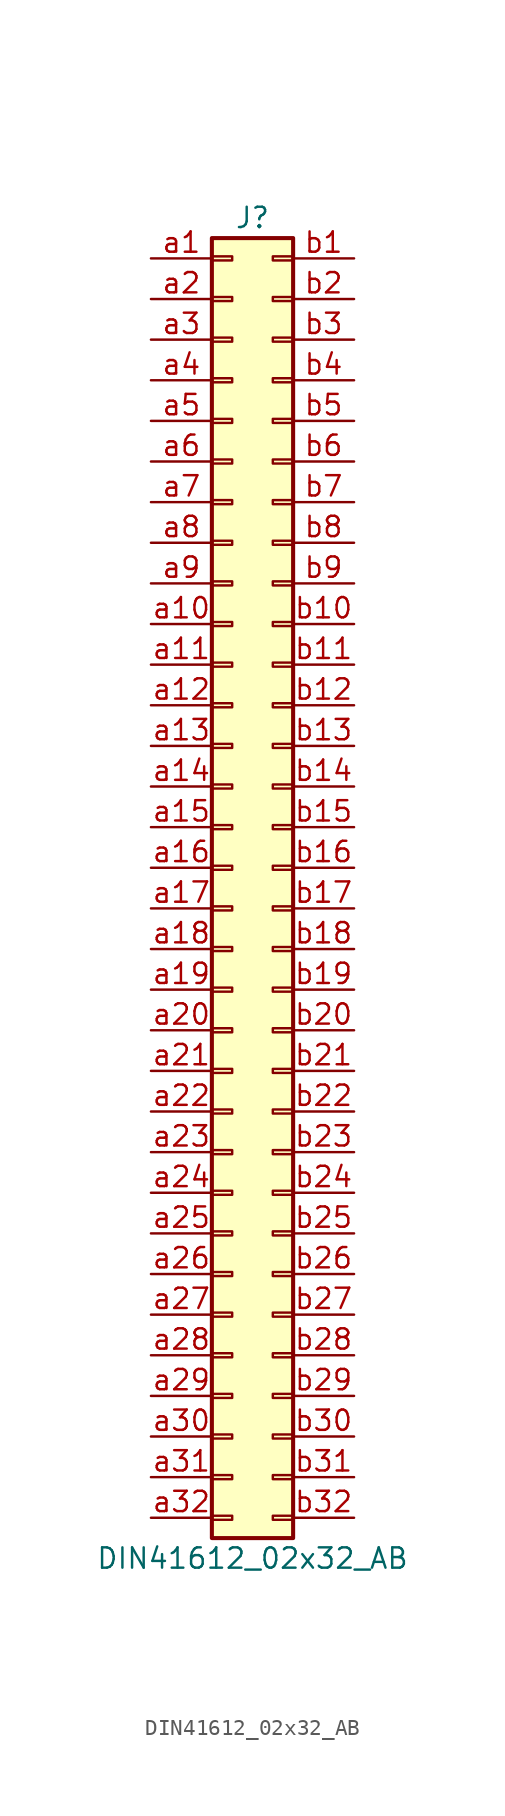
<source format=kicad_sym>
(kicad_symbol_lib
  (version 20201005)
  (generator kicad_symbol_editor)
  (symbol "Connector:DIN41612_02x32_AB"
    (pin_names
      (offset 1.016) hide)
    (property "Reference" "J"
      (at 1.27 40.64 0)
      (effects (font (size 1.27 1.27))))
    (property "Value" "DIN41612_02x32_AB"
      (at 1.27 -43.18 0)
      (effects (font (size 1.27 1.27))))
    (symbol "DIN41612_02x32_AB_1_1"
      (rectangle (start -1.27 -40.513) (end 0 -40.767) (stroke (width 0.152)) (fill (type none)))
      (rectangle (start -1.27 -37.973) (end 0 -38.227) (stroke (width 0.152)) (fill (type none)))
      (rectangle (start -1.27 -35.433) (end 0 -35.687) (stroke (width 0.152)) (fill (type none)))
      (rectangle (start -1.27 -32.893) (end 0 -33.147) (stroke (width 0.152)) (fill (type none)))
      (rectangle (start -1.27 -30.353) (end 0 -30.607) (stroke (width 0.152)) (fill (type none)))
      (rectangle (start -1.27 -27.813) (end 0 -28.067) (stroke (width 0.152)) (fill (type none)))
      (rectangle (start -1.27 -25.273) (end 0 -25.527) (stroke (width 0.152)) (fill (type none)))
      (rectangle (start -1.27 -22.733) (end 0 -22.987) (stroke (width 0.152)) (fill (type none)))
      (rectangle (start -1.27 -20.193) (end 0 -20.447) (stroke (width 0.152)) (fill (type none)))
      (rectangle (start -1.27 -17.653) (end 0 -17.907) (stroke (width 0.152)) (fill (type none)))
      (rectangle (start -1.27 -15.113) (end 0 -15.367) (stroke (width 0.152)) (fill (type none)))
      (rectangle (start -1.27 -12.573) (end 0 -12.827) (stroke (width 0.152)) (fill (type none)))
      (rectangle (start -1.27 -10.033) (end 0 -10.287) (stroke (width 0.152)) (fill (type none)))
      (rectangle (start -1.27 -7.493) (end 0 -7.747) (stroke (width 0.152)) (fill (type none)))
      (rectangle (start -1.27 -4.953) (end 0 -5.207) (stroke (width 0.152)) (fill (type none)))
      (rectangle (start -1.27 -2.413) (end 0 -2.667) (stroke (width 0.152)) (fill (type none)))
      (rectangle (start -1.27 0.127) (end 0 -0.127) (stroke (width 0.152)) (fill (type none)))
      (rectangle (start -1.27 2.667) (end 0 2.413) (stroke (width 0.152)) (fill (type none)))
      (rectangle (start -1.27 5.207) (end 0 4.953) (stroke (width 0.152)) (fill (type none)))
      (rectangle (start -1.27 7.747) (end 0 7.493) (stroke (width 0.152)) (fill (type none)))
      (rectangle (start -1.27 10.287) (end 0 10.033) (stroke (width 0.152)) (fill (type none)))
      (rectangle (start -1.27 12.827) (end 0 12.573) (stroke (width 0.152)) (fill (type none)))
      (rectangle (start -1.27 15.367) (end 0 15.113) (stroke (width 0.152)) (fill (type none)))
      (rectangle (start -1.27 17.907) (end 0 17.653) (stroke (width 0.152)) (fill (type none)))
      (rectangle (start -1.27 20.447) (end 0 20.193) (stroke (width 0.152)) (fill (type none)))
      (rectangle (start -1.27 22.987) (end 0 22.733) (stroke (width 0.152)) (fill (type none)))
      (rectangle (start -1.27 25.527) (end 0 25.273) (stroke (width 0.152)) (fill (type none)))
      (rectangle (start -1.27 28.067) (end 0 27.813) (stroke (width 0.152)) (fill (type none)))
      (rectangle (start -1.27 30.607) (end 0 30.353) (stroke (width 0.152)) (fill (type none)))
      (rectangle (start -1.27 33.147) (end 0 32.893) (stroke (width 0.152)) (fill (type none)))
      (rectangle (start -1.27 35.687) (end 0 35.433) (stroke (width 0.152)) (fill (type none)))
      (rectangle (start -1.27 38.227) (end 0 37.973) (stroke (width 0.152)) (fill (type none)))
      (rectangle (start 3.81 -40.513) (end 2.54 -40.767) (stroke (width 0.152)) (fill (type none)))
      (rectangle (start 3.81 -37.973) (end 2.54 -38.227) (stroke (width 0.152)) (fill (type none)))
      (rectangle (start 3.81 -35.433) (end 2.54 -35.687) (stroke (width 0.152)) (fill (type none)))
      (rectangle (start 3.81 -32.893) (end 2.54 -33.147) (stroke (width 0.152)) (fill (type none)))
      (rectangle (start 3.81 -30.353) (end 2.54 -30.607) (stroke (width 0.152)) (fill (type none)))
      (rectangle (start 3.81 -27.813) (end 2.54 -28.067) (stroke (width 0.152)) (fill (type none)))
      (rectangle (start 3.81 -25.273) (end 2.54 -25.527) (stroke (width 0.152)) (fill (type none)))
      (rectangle (start 3.81 -22.733) (end 2.54 -22.987) (stroke (width 0.152)) (fill (type none)))
      (rectangle (start 3.81 -20.193) (end 2.54 -20.447) (stroke (width 0.152)) (fill (type none)))
      (rectangle (start 3.81 -17.653) (end 2.54 -17.907) (stroke (width 0.152)) (fill (type none)))
      (rectangle (start 3.81 -15.113) (end 2.54 -15.367) (stroke (width 0.152)) (fill (type none)))
      (rectangle (start 3.81 -12.573) (end 2.54 -12.827) (stroke (width 0.152)) (fill (type none)))
      (rectangle (start 3.81 -10.033) (end 2.54 -10.287) (stroke (width 0.152)) (fill (type none)))
      (rectangle (start 3.81 -7.493) (end 2.54 -7.747) (stroke (width 0.152)) (fill (type none)))
      (rectangle (start 3.81 -4.953) (end 2.54 -5.207) (stroke (width 0.152)) (fill (type none)))
      (rectangle (start 3.81 -2.413) (end 2.54 -2.667) (stroke (width 0.152)) (fill (type none)))
      (rectangle (start 3.81 0.127) (end 2.54 -0.127) (stroke (width 0.152)) (fill (type none)))
      (rectangle (start 3.81 2.667) (end 2.54 2.413) (stroke (width 0.152)) (fill (type none)))
      (rectangle (start 3.81 5.207) (end 2.54 4.953) (stroke (width 0.152)) (fill (type none)))
      (rectangle (start 3.81 7.747) (end 2.54 7.493) (stroke (width 0.152)) (fill (type none)))
      (rectangle (start 3.81 10.287) (end 2.54 10.033) (stroke (width 0.152)) (fill (type none)))
      (rectangle (start 3.81 12.827) (end 2.54 12.573) (stroke (width 0.152)) (fill (type none)))
      (rectangle (start 3.81 15.367) (end 2.54 15.113) (stroke (width 0.152)) (fill (type none)))
      (rectangle (start 3.81 17.907) (end 2.54 17.653) (stroke (width 0.152)) (fill (type none)))
      (rectangle (start 3.81 20.447) (end 2.54 20.193) (stroke (width 0.152)) (fill (type none)))
      (rectangle (start 3.81 22.987) (end 2.54 22.733) (stroke (width 0.152)) (fill (type none)))
      (rectangle (start 3.81 25.527) (end 2.54 25.273) (stroke (width 0.152)) (fill (type none)))
      (rectangle (start 3.81 28.067) (end 2.54 27.813) (stroke (width 0.152)) (fill (type none)))
      (rectangle (start 3.81 30.607) (end 2.54 30.353) (stroke (width 0.152)) (fill (type none)))
      (rectangle (start 3.81 33.147) (end 2.54 32.893) (stroke (width 0.152)) (fill (type none)))
      (rectangle (start 3.81 35.687) (end 2.54 35.433) (stroke (width 0.152)) (fill (type none)))
      (rectangle (start 3.81 38.227) (end 2.54 37.973) (stroke (width 0.152)) (fill (type none)))
      (rectangle (start -1.27 39.37) (end 3.81 -41.91) (stroke (width 0.254)) (fill (type background)))
      (pin passive line (at -5.08 38.1 0) (length 3.81) (name "Pin_a1" (effects (font (size 1.27 1.27)))) (number "a1" (effects (font (size 1.27 1.27)))))
      (pin passive line (at -5.08 15.24 0) (length 3.81) (name "Pin_a10" (effects (font (size 1.27 1.27)))) (number "a10" (effects (font (size 1.27 1.27)))))
      (pin passive line (at -5.08 12.7 0) (length 3.81) (name "Pin_a11" (effects (font (size 1.27 1.27)))) (number "a11" (effects (font (size 1.27 1.27)))))
      (pin passive line (at -5.08 10.16 0) (length 3.81) (name "Pin_a12" (effects (font (size 1.27 1.27)))) (number "a12" (effects (font (size 1.27 1.27)))))
      (pin passive line (at -5.08 7.62 0) (length 3.81) (name "Pin_a13" (effects (font (size 1.27 1.27)))) (number "a13" (effects (font (size 1.27 1.27)))))
      (pin passive line (at -5.08 5.08 0) (length 3.81) (name "Pin_a14" (effects (font (size 1.27 1.27)))) (number "a14" (effects (font (size 1.27 1.27)))))
      (pin passive line (at -5.08 2.54 0) (length 3.81) (name "Pin_a15" (effects (font (size 1.27 1.27)))) (number "a15" (effects (font (size 1.27 1.27)))))
      (pin passive line (at -5.08 0 0) (length 3.81) (name "Pin_a16" (effects (font (size 1.27 1.27)))) (number "a16" (effects (font (size 1.27 1.27)))))
      (pin passive line (at -5.08 -2.54 0) (length 3.81) (name "Pin_a17" (effects (font (size 1.27 1.27)))) (number "a17" (effects (font (size 1.27 1.27)))))
      (pin passive line (at -5.08 -5.08 0) (length 3.81) (name "Pin_a18" (effects (font (size 1.27 1.27)))) (number "a18" (effects (font (size 1.27 1.27)))))
      (pin passive line (at -5.08 -7.62 0) (length 3.81) (name "Pin_a19" (effects (font (size 1.27 1.27)))) (number "a19" (effects (font (size 1.27 1.27)))))
      (pin passive line (at -5.08 35.56 0) (length 3.81) (name "Pin_a2" (effects (font (size 1.27 1.27)))) (number "a2" (effects (font (size 1.27 1.27)))))
      (pin passive line (at -5.08 -10.16 0) (length 3.81) (name "Pin_a20" (effects (font (size 1.27 1.27)))) (number "a20" (effects (font (size 1.27 1.27)))))
      (pin passive line (at -5.08 -12.7 0) (length 3.81) (name "Pin_a21" (effects (font (size 1.27 1.27)))) (number "a21" (effects (font (size 1.27 1.27)))))
      (pin passive line (at -5.08 -15.24 0) (length 3.81) (name "Pin_a22" (effects (font (size 1.27 1.27)))) (number "a22" (effects (font (size 1.27 1.27)))))
      (pin passive line (at -5.08 -17.78 0) (length 3.81) (name "Pin_a23" (effects (font (size 1.27 1.27)))) (number "a23" (effects (font (size 1.27 1.27)))))
      (pin passive line (at -5.08 -20.32 0) (length 3.81) (name "Pin_a24" (effects (font (size 1.27 1.27)))) (number "a24" (effects (font (size 1.27 1.27)))))
      (pin passive line (at -5.08 -22.86 0) (length 3.81) (name "Pin_a25" (effects (font (size 1.27 1.27)))) (number "a25" (effects (font (size 1.27 1.27)))))
      (pin passive line (at -5.08 -25.4 0) (length 3.81) (name "Pin_a26" (effects (font (size 1.27 1.27)))) (number "a26" (effects (font (size 1.27 1.27)))))
      (pin passive line (at -5.08 -27.94 0) (length 3.81) (name "Pin_a27" (effects (font (size 1.27 1.27)))) (number "a27" (effects (font (size 1.27 1.27)))))
      (pin passive line (at -5.08 -30.48 0) (length 3.81) (name "Pin_a28" (effects (font (size 1.27 1.27)))) (number "a28" (effects (font (size 1.27 1.27)))))
      (pin passive line (at -5.08 -33.02 0) (length 3.81) (name "Pin_a29" (effects (font (size 1.27 1.27)))) (number "a29" (effects (font (size 1.27 1.27)))))
      (pin passive line (at -5.08 33.02 0) (length 3.81) (name "Pin_a3" (effects (font (size 1.27 1.27)))) (number "a3" (effects (font (size 1.27 1.27)))))
      (pin passive line (at -5.08 -35.56 0) (length 3.81) (name "Pin_a30" (effects (font (size 1.27 1.27)))) (number "a30" (effects (font (size 1.27 1.27)))))
      (pin passive line (at -5.08 -38.1 0) (length 3.81) (name "Pin_a31" (effects (font (size 1.27 1.27)))) (number "a31" (effects (font (size 1.27 1.27)))))
      (pin passive line (at -5.08 -40.64 0) (length 3.81) (name "Pin_a32" (effects (font (size 1.27 1.27)))) (number "a32" (effects (font (size 1.27 1.27)))))
      (pin passive line (at -5.08 30.48 0) (length 3.81) (name "Pin_a4" (effects (font (size 1.27 1.27)))) (number "a4" (effects (font (size 1.27 1.27)))))
      (pin passive line (at -5.08 27.94 0) (length 3.81) (name "Pin_a5" (effects (font (size 1.27 1.27)))) (number "a5" (effects (font (size 1.27 1.27)))))
      (pin passive line (at -5.08 25.4 0) (length 3.81) (name "Pin_a6" (effects (font (size 1.27 1.27)))) (number "a6" (effects (font (size 1.27 1.27)))))
      (pin passive line (at -5.08 22.86 0) (length 3.81) (name "Pin_a7" (effects (font (size 1.27 1.27)))) (number "a7" (effects (font (size 1.27 1.27)))))
      (pin passive line (at -5.08 20.32 0) (length 3.81) (name "Pin_a8" (effects (font (size 1.27 1.27)))) (number "a8" (effects (font (size 1.27 1.27)))))
      (pin passive line (at -5.08 17.78 0) (length 3.81) (name "Pin_a9" (effects (font (size 1.27 1.27)))) (number "a9" (effects (font (size 1.27 1.27)))))
      (pin passive line (at 7.62 38.1 180) (length 3.81) (name "Pin_b1" (effects (font (size 1.27 1.27)))) (number "b1" (effects (font (size 1.27 1.27)))))
      (pin passive line (at 7.62 15.24 180) (length 3.81) (name "Pin_b10" (effects (font (size 1.27 1.27)))) (number "b10" (effects (font (size 1.27 1.27)))))
      (pin passive line (at 7.62 12.7 180) (length 3.81) (name "Pin_b11" (effects (font (size 1.27 1.27)))) (number "b11" (effects (font (size 1.27 1.27)))))
      (pin passive line (at 7.62 10.16 180) (length 3.81) (name "Pin_b12" (effects (font (size 1.27 1.27)))) (number "b12" (effects (font (size 1.27 1.27)))))
      (pin passive line (at 7.62 7.62 180) (length 3.81) (name "Pin_b13" (effects (font (size 1.27 1.27)))) (number "b13" (effects (font (size 1.27 1.27)))))
      (pin passive line (at 7.62 5.08 180) (length 3.81) (name "Pin_b14" (effects (font (size 1.27 1.27)))) (number "b14" (effects (font (size 1.27 1.27)))))
      (pin passive line (at 7.62 2.54 180) (length 3.81) (name "Pin_b15" (effects (font (size 1.27 1.27)))) (number "b15" (effects (font (size 1.27 1.27)))))
      (pin passive line (at 7.62 0 180) (length 3.81) (name "Pin_b16" (effects (font (size 1.27 1.27)))) (number "b16" (effects (font (size 1.27 1.27)))))
      (pin passive line (at 7.62 -2.54 180) (length 3.81) (name "Pin_b17" (effects (font (size 1.27 1.27)))) (number "b17" (effects (font (size 1.27 1.27)))))
      (pin passive line (at 7.62 -5.08 180) (length 3.81) (name "Pin_b18" (effects (font (size 1.27 1.27)))) (number "b18" (effects (font (size 1.27 1.27)))))
      (pin passive line (at 7.62 -7.62 180) (length 3.81) (name "Pin_b19" (effects (font (size 1.27 1.27)))) (number "b19" (effects (font (size 1.27 1.27)))))
      (pin passive line (at 7.62 35.56 180) (length 3.81) (name "Pin_b2" (effects (font (size 1.27 1.27)))) (number "b2" (effects (font (size 1.27 1.27)))))
      (pin passive line (at 7.62 -10.16 180) (length 3.81) (name "Pin_b20" (effects (font (size 1.27 1.27)))) (number "b20" (effects (font (size 1.27 1.27)))))
      (pin passive line (at 7.62 -12.7 180) (length 3.81) (name "Pin_b21" (effects (font (size 1.27 1.27)))) (number "b21" (effects (font (size 1.27 1.27)))))
      (pin passive line (at 7.62 -15.24 180) (length 3.81) (name "Pin_b22" (effects (font (size 1.27 1.27)))) (number "b22" (effects (font (size 1.27 1.27)))))
      (pin passive line (at 7.62 -17.78 180) (length 3.81) (name "Pin_b23" (effects (font (size 1.27 1.27)))) (number "b23" (effects (font (size 1.27 1.27)))))
      (pin passive line (at 7.62 -20.32 180) (length 3.81) (name "Pin_b24" (effects (font (size 1.27 1.27)))) (number "b24" (effects (font (size 1.27 1.27)))))
      (pin passive line (at 7.62 -22.86 180) (length 3.81) (name "Pin_b25" (effects (font (size 1.27 1.27)))) (number "b25" (effects (font (size 1.27 1.27)))))
      (pin passive line (at 7.62 -25.4 180) (length 3.81) (name "Pin_b26" (effects (font (size 1.27 1.27)))) (number "b26" (effects (font (size 1.27 1.27)))))
      (pin passive line (at 7.62 -27.94 180) (length 3.81) (name "Pin_b27" (effects (font (size 1.27 1.27)))) (number "b27" (effects (font (size 1.27 1.27)))))
      (pin passive line (at 7.62 -30.48 180) (length 3.81) (name "Pin_b28" (effects (font (size 1.27 1.27)))) (number "b28" (effects (font (size 1.27 1.27)))))
      (pin passive line (at 7.62 -33.02 180) (length 3.81) (name "Pin_b29" (effects (font (size 1.27 1.27)))) (number "b29" (effects (font (size 1.27 1.27)))))
      (pin passive line (at 7.62 33.02 180) (length 3.81) (name "Pin_b3" (effects (font (size 1.27 1.27)))) (number "b3" (effects (font (size 1.27 1.27)))))
      (pin passive line (at 7.62 -35.56 180) (length 3.81) (name "Pin_b30" (effects (font (size 1.27 1.27)))) (number "b30" (effects (font (size 1.27 1.27)))))
      (pin passive line (at 7.62 -38.1 180) (length 3.81) (name "Pin_b31" (effects (font (size 1.27 1.27)))) (number "b31" (effects (font (size 1.27 1.27)))))
      (pin passive line (at 7.62 -40.64 180) (length 3.81) (name "Pin_b32" (effects (font (size 1.27 1.27)))) (number "b32" (effects (font (size 1.27 1.27)))))
      (pin passive line (at 7.62 30.48 180) (length 3.81) (name "Pin_b4" (effects (font (size 1.27 1.27)))) (number "b4" (effects (font (size 1.27 1.27)))))
      (pin passive line (at 7.62 27.94 180) (length 3.81) (name "Pin_b5" (effects (font (size 1.27 1.27)))) (number "b5" (effects (font (size 1.27 1.27)))))
      (pin passive line (at 7.62 25.4 180) (length 3.81) (name "Pin_b6" (effects (font (size 1.27 1.27)))) (number "b6" (effects (font (size 1.27 1.27)))))
      (pin passive line (at 7.62 22.86 180) (length 3.81) (name "Pin_b7" (effects (font (size 1.27 1.27)))) (number "b7" (effects (font (size 1.27 1.27)))))
      (pin passive line (at 7.62 20.32 180) (length 3.81) (name "Pin_b8" (effects (font (size 1.27 1.27)))) (number "b8" (effects (font (size 1.27 1.27)))))
      (pin passive line (at 7.62 17.78 180) (length 3.81) (name "Pin_b9" (effects (font (size 1.27 1.27)))) (number "b9" (effects (font (size 1.27 1.27))))))))
</source>
